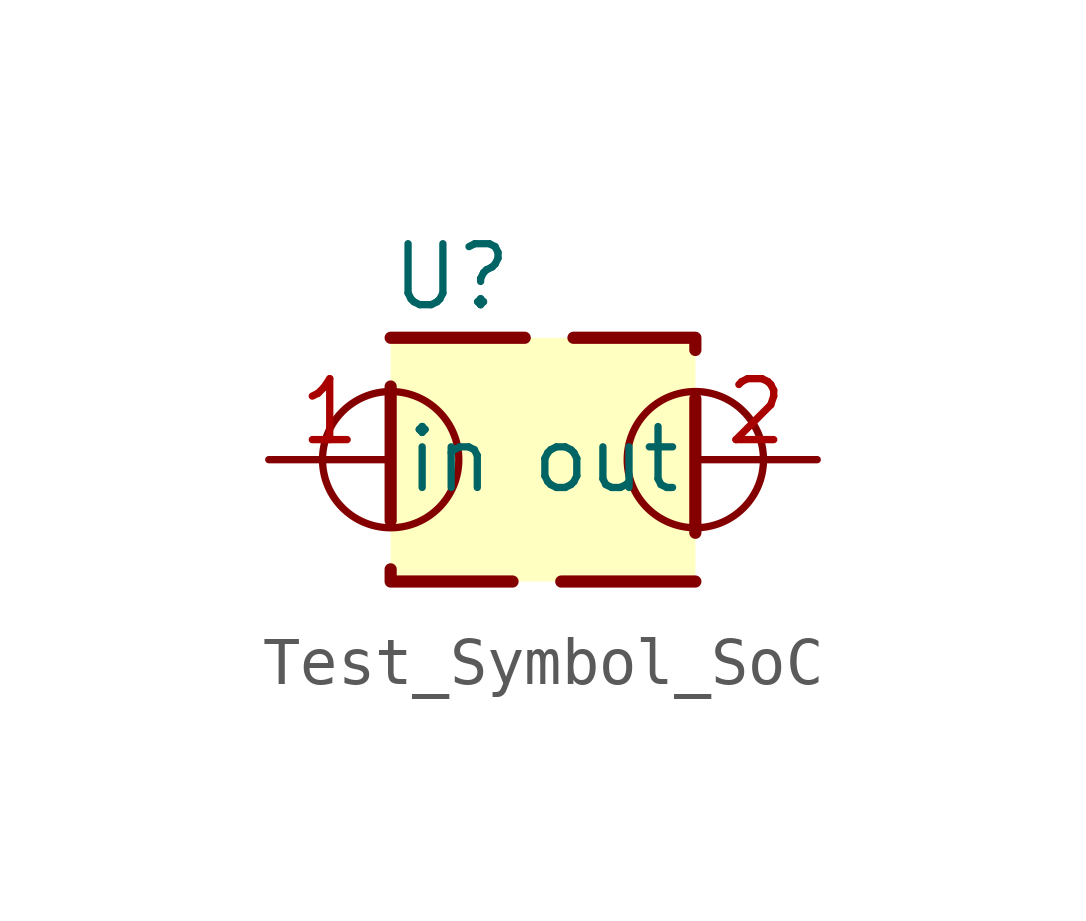
<source format=kicad_sym>
(kicad_symbol_lib
  (version 20220914)
  (generator kicad_symbol_editor)
  (symbol "Test_Symbol_SoC"
    (pin_names
      (offset 0.254))
    (property "Reference" "U"
      (at 1.27 1.27 0)
      (effects (font (size 1.27 1.27))))
    (property "Value" ""
      (at 0 0 0)
      (effects (font (size 1.27 1.27))))
    (symbol "Test_Symbol_SoC_0_1"
      (circle (center 0 -2.54) (radius 1.42) (stroke (width 0) (type default)) (fill (type none)))
      (circle (center 6.35 -2.54) (radius 1.42) (stroke (width 0) (type default)) (fill (type none))))
    (symbol "Test_Symbol_SoC_1_1"
      (rectangle (start 0 0) (end 6.35 -5.08) (stroke (width 0.254) (type dash) (color 132 0 0 1)) (fill (type background)))
      (pin passive line (at -2.54 -2.54 0) (length 2.54) (name "in" (effects (font (size 1.27 1.27)))) (number "1" (effects (font (size 1.27 1.27)))))
      (pin passive line (at 8.89 -2.54 180) (length 2.54) (name "out" (effects (font (size 1.27 1.27)))) (number "2" (effects (font (size 1.27 1.27))))))))
</source>
